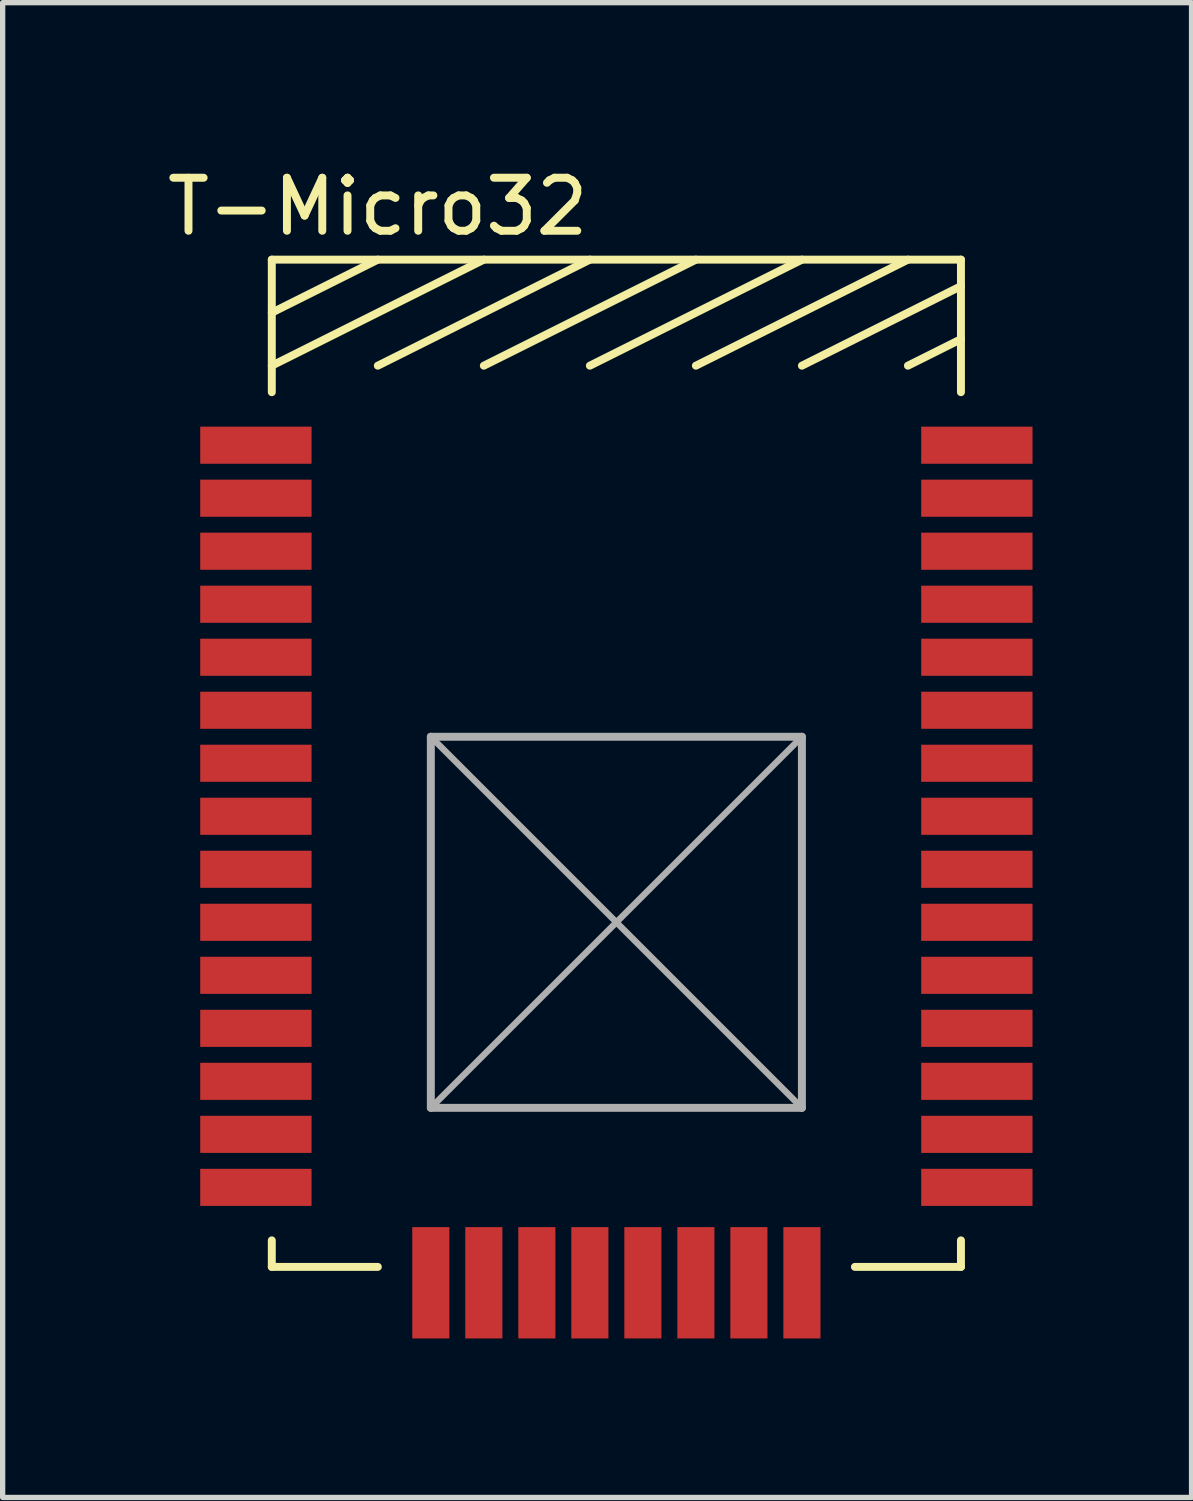
<source format=kicad_pcb>
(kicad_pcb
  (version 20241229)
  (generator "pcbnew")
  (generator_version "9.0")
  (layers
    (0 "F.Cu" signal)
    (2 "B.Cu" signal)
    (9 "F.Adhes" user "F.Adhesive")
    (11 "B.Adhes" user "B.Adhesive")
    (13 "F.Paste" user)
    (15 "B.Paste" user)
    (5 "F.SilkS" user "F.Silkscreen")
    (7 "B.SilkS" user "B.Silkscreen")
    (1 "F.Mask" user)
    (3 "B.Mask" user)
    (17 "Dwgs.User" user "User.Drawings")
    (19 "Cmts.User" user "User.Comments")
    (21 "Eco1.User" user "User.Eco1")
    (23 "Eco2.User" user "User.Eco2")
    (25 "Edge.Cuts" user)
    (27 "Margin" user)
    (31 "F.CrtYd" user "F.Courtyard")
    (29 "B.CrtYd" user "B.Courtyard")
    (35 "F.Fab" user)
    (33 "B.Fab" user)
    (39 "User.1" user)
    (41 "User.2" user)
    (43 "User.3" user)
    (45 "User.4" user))
  (footprint "T-Micro32"
    (layer "F.Cu")
    (at 2.077 5.348)
    (property "Reference" "T-Micro32" (at 2 -4.5 0) (layer "F.SilkS") (effects (font (size 1 1) (thickness 0.15))))
    (attr through_hole)
    (fp_line (start 0 -3.5) (end 13 -3.5) (stroke (width 0.15) (type solid)) (layer "F.SilkS"))
    (fp_line (start 0 -2.5) (end 2 -3.5) (stroke (width 0.15) (type solid)) (layer "F.SilkS"))
    (fp_line (start 0 -1.5) (end 4 -3.5) (stroke (width 0.15) (type solid)) (layer "F.SilkS"))
    (fp_line (start 0 -1) (end 0 -3.5) (stroke (width 0.15) (type solid)) (layer "F.SilkS"))
    (fp_line (start 0 15) (end 0 15.5) (stroke (width 0.15) (type solid)) (layer "F.SilkS"))
    (fp_line (start 0 15.5) (end 2 15.5) (stroke (width 0.15) (type solid)) (layer "F.SilkS"))
    (fp_line (start 2 -1.5) (end 6 -3.5) (stroke (width 0.15) (type solid)) (layer "F.SilkS"))
    (fp_line (start 6 -1.5) (end 10 -3.5) (stroke (width 0.15) (type solid)) (layer "F.SilkS"))
    (fp_line (start 8 -3.5) (end 4 -1.5) (stroke (width 0.15) (type solid)) (layer "F.SilkS"))
    (fp_line (start 8 -1.5) (end 12 -3.5) (stroke (width 0.15) (type solid)) (layer "F.SilkS"))
    (fp_line (start 10 -1.5) (end 13 -3) (stroke (width 0.15) (type solid)) (layer "F.SilkS"))
    (fp_line (start 11 15.5) (end 13 15.5) (stroke (width 0.15) (type solid)) (layer "F.SilkS"))
    (fp_line (start 12 -1.5) (end 13 -2) (stroke (width 0.15) (type solid)) (layer "F.SilkS"))
    (fp_line (start 13 -3.5) (end 13 -1) (stroke (width 0.15) (type solid)) (layer "F.SilkS"))
    (fp_line (start 13 15.5) (end 13 15) (stroke (width 0.15) (type solid)) (layer "F.SilkS"))
    (fp_line (start 3 5.5) (end 3 12.5) (stroke (width 0.15) (type solid)) (layer "F.Fab"))
    (fp_line (start 3 5.5) (end 10 12.5) (stroke (width 0.12) (type solid)) (layer "F.Fab"))
    (fp_line (start 3 12.5) (end 10 5.5) (stroke (width 0.12) (type solid)) (layer "F.Fab"))
    (fp_line (start 3 12.5) (end 10 12.5) (stroke (width 0.15) (type solid)) (layer "F.Fab"))
    (fp_line (start 10 5.5) (end 3 5.5) (stroke (width 0.15) (type solid)) (layer "F.Fab"))
    (fp_line (start 10 12.5) (end 10 5.5) (stroke (width 0.15) (type solid)) (layer "F.Fab"))
    (pad "1" smd rect (at 0 0) (size 2.1 0.7) (drill (offset -0.3 0)) (layers "F.Cu" "F.Mask" "F.Paste"))
    (pad "2" smd rect (at 0 1) (size 2.1 0.7) (drill (offset -0.3 0)) (layers "F.Cu" "F.Mask" "F.Paste"))
    (pad "3" smd rect (at 0 2) (size 2.1 0.7) (drill (offset -0.3 0)) (layers "F.Cu" "F.Mask" "F.Paste"))
    (pad "4" smd rect (at 0 3) (size 2.1 0.7) (drill (offset -0.3 0)) (layers "F.Cu" "F.Mask" "F.Paste"))
    (pad "5" smd rect (at 0 4) (size 2.1 0.7) (drill (offset -0.3 0)) (layers "F.Cu" "F.Mask" "F.Paste"))
    (pad "6" smd rect (at 0 5) (size 2.1 0.7) (drill (offset -0.3 0)) (layers "F.Cu" "F.Mask" "F.Paste"))
    (pad "7" smd rect (at 0 6) (size 2.1 0.7) (drill (offset -0.3 0)) (layers "F.Cu" "F.Mask" "F.Paste"))
    (pad "8" smd rect (at 0 7) (size 2.1 0.7) (drill (offset -0.3 0)) (layers "F.Cu" "F.Mask" "F.Paste"))
    (pad "9" smd rect (at 0 8) (size 2.1 0.7) (drill (offset -0.3 0)) (layers "F.Cu" "F.Mask" "F.Paste"))
    (pad "10" smd rect (at 0 9) (size 2.1 0.7) (drill (offset -0.3 0)) (layers "F.Cu" "F.Mask" "F.Paste"))
    (pad "11" smd rect (at 0 10) (size 2.1 0.7) (drill (offset -0.3 0)) (layers "F.Cu" "F.Mask" "F.Paste"))
    (pad "12" smd rect (at 0 11) (size 2.1 0.7) (drill (offset -0.3 0)) (layers "F.Cu" "F.Mask" "F.Paste"))
    (pad "13" smd rect (at 0 12) (size 2.1 0.7) (drill (offset -0.3 0)) (layers "F.Cu" "F.Mask" "F.Paste"))
    (pad "14" smd rect (at 0 13) (size 2.1 0.7) (drill (offset -0.3 0)) (layers "F.Cu" "F.Mask" "F.Paste"))
    (pad "15" smd rect (at 0 14) (size 2.1 0.7) (drill (offset -0.3 0)) (layers "F.Cu" "F.Mask" "F.Paste"))
    (pad "16" smd rect (at 3 15.5) (size 0.7 2.1) (drill (offset 0 0.3)) (layers "F.Cu" "F.Mask" "F.Paste"))
    (pad "17" smd rect (at 4 15.5) (size 0.7 2.1) (drill (offset 0 0.3)) (layers "F.Cu" "F.Mask" "F.Paste"))
    (pad "18" smd rect (at 5 15.5) (size 0.7 2.1) (drill (offset 0 0.3)) (layers "F.Cu" "F.Mask" "F.Paste"))
    (pad "19" smd rect (at 6 15.5) (size 0.7 2.1) (drill (offset 0 0.3)) (layers "F.Cu" "F.Mask" "F.Paste"))
    (pad "20" smd rect (at 7 15.5) (size 0.7 2.1) (drill (offset 0 0.3)) (layers "F.Cu" "F.Mask" "F.Paste"))
    (pad "21" smd rect (at 8 15.5) (size 0.7 2.1) (drill (offset 0 0.3)) (layers "F.Cu" "F.Mask" "F.Paste"))
    (pad "22" smd rect (at 9 15.5) (size 0.7 2.1) (drill (offset 0 0.3)) (layers "F.Cu" "F.Mask" "F.Paste"))
    (pad "23" smd rect (at 10 15.5) (size 0.7 2.1) (drill (offset 0 0.3)) (layers "F.Cu" "F.Mask" "F.Paste"))
    (pad "24" smd rect (at 13 14) (size 2.1 0.7) (drill (offset 0.3 0)) (layers "F.Cu" "F.Mask" "F.Paste"))
    (pad "25" smd rect (at 13 13) (size 2.1 0.7) (drill (offset 0.3 0)) (layers "F.Cu" "F.Mask" "F.Paste"))
    (pad "26" smd rect (at 13 12) (size 2.1 0.7) (drill (offset 0.3 0)) (layers "F.Cu" "F.Mask" "F.Paste"))
    (pad "27" smd rect (at 13 11) (size 2.1 0.7) (drill (offset 0.3 0)) (layers "F.Cu" "F.Mask" "F.Paste"))
    (pad "28" smd rect (at 13 10) (size 2.1 0.7) (drill (offset 0.3 0)) (layers "F.Cu" "F.Mask" "F.Paste"))
    (pad "29" smd rect (at 13 9) (size 2.1 0.7) (drill (offset 0.3 0)) (layers "F.Cu" "F.Mask" "F.Paste"))
    (pad "30" smd rect (at 13 8) (size 2.1 0.7) (drill (offset 0.3 0)) (layers "F.Cu" "F.Mask" "F.Paste"))
    (pad "31" smd rect (at 13 7) (size 2.1 0.7) (drill (offset 0.3 0)) (layers "F.Cu" "F.Mask" "F.Paste"))
    (pad "32" smd rect (at 13 6) (size 2.1 0.7) (drill (offset 0.3 0)) (layers "F.Cu" "F.Mask" "F.Paste"))
    (pad "33" smd rect (at 13 5) (size 2.1 0.7) (drill (offset 0.3 0)) (layers "F.Cu" "F.Mask" "F.Paste"))
    (pad "34" smd rect (at 13 4) (size 2.1 0.7) (drill (offset 0.3 0)) (layers "F.Cu" "F.Mask" "F.Paste"))
    (pad "35" smd rect (at 13 3) (size 2.1 0.7) (drill (offset 0.3 0)) (layers "F.Cu" "F.Mask" "F.Paste"))
    (pad "36" smd rect (at 13 2) (size 2.1 0.7) (drill (offset 0.3 0)) (layers "F.Cu" "F.Mask" "F.Paste"))
    (pad "37" smd rect (at 13 1) (size 2.1 0.7) (drill (offset 0.3 0)) (layers "F.Cu" "F.Mask" "F.Paste"))
    (pad "38" smd rect (at 13 0) (size 2.1 0.7) (drill (offset 0.3 0)) (layers "F.Cu" "F.Mask" "F.Paste")))
  (gr_rect
    (start -3 -3)
    (end 19.427 25.198)
    (stroke (width 0.1) (type default))
    (fill no)
    (layer "Edge.Cuts")))
</source>
